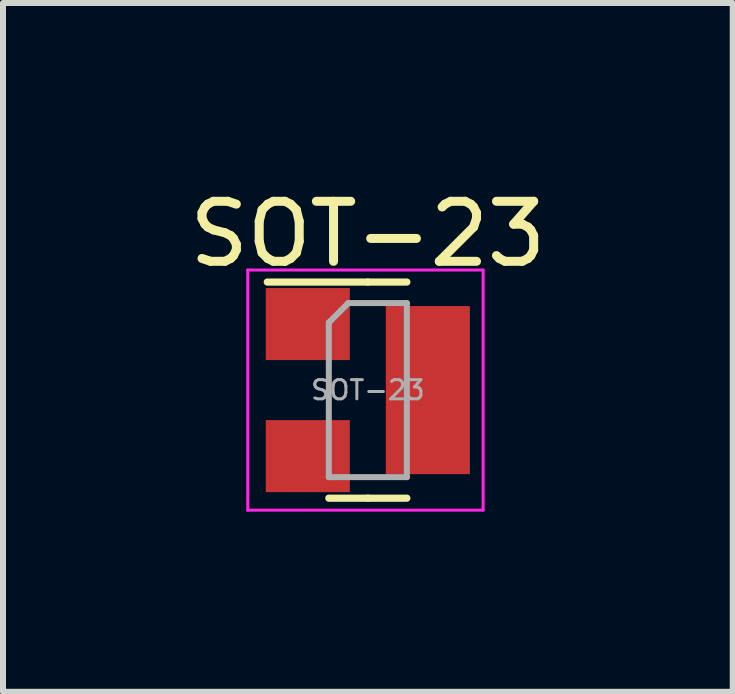
<source format=kicad_pcb>
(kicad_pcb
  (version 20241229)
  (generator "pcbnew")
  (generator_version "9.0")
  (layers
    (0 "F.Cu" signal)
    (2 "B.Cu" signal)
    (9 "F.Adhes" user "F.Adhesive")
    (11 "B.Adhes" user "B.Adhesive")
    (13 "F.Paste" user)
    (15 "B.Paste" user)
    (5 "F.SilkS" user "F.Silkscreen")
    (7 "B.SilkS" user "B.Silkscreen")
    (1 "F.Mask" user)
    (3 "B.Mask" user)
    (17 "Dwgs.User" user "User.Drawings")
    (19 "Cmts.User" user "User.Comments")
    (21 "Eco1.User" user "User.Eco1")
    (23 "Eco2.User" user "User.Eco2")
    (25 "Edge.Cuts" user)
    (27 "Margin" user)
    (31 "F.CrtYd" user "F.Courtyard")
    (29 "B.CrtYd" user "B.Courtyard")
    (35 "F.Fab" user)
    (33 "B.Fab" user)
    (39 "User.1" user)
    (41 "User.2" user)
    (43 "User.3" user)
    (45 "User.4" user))
  (footprint "SOT-23"
    (layer "F.Cu")
    (at 3.077 3.448)
    (property "Reference" "SOT-23" (at 0 -2.6 0) (layer "F.SilkS") (effects (font (size 1 1) (thickness 0.15))))
    (attr smd)
    (fp_line (start 0 -1.8) (end -1.675 -1.8) (stroke (width 0.12) (type solid)) (layer "F.SilkS"))
    (fp_line (start 0 -1.8) (end 0.65 -1.8) (stroke (width 0.12) (type solid)) (layer "F.SilkS"))
    (fp_line (start 0 1.8) (end -0.65 1.8) (stroke (width 0.12) (type solid)) (layer "F.SilkS"))
    (fp_line (start 0 1.8) (end 0.65 1.8) (stroke (width 0.12) (type solid)) (layer "F.SilkS"))
    (fp_line (start -2 -2) (end -2 2) (stroke (width 0.05) (type solid)) (layer "F.CrtYd"))
    (fp_line (start -2 2) (end 1.92 2) (stroke (width 0.05) (type solid)) (layer "F.CrtYd"))
    (fp_line (start 1.92 -2) (end -2 -2) (stroke (width 0.05) (type solid)) (layer "F.CrtYd"))
    (fp_line (start 1.92 2) (end 1.92 -2) (stroke (width 0.05) (type solid)) (layer "F.CrtYd"))
    (fp_line (start -0.65 -1.125) (end -0.325 -1.45) (stroke (width 0.1) (type solid)) (layer "F.Fab"))
    (fp_line (start -0.65 1.45) (end -0.65 -1.125) (stroke (width 0.1) (type solid)) (layer "F.Fab"))
    (fp_line (start -0.325 -1.45) (end 0.65 -1.45) (stroke (width 0.1) (type solid)) (layer "F.Fab"))
    (fp_line (start 0.65 -1.45) (end 0.65 1.45) (stroke (width 0.1) (type solid)) (layer "F.Fab"))
    (fp_line (start 0.65 1.45) (end -0.65 1.45) (stroke (width 0.1) (type solid)) (layer "F.Fab"))
    (fp_text user "${REFERENCE}" (at 0 0 0) (layer "F.Fab") (effects (font (size 0.32 0.32) (thickness 0.05))))
    (pad "1" smd rect (at -1 -1.1) (size 1.4 1.2) (layers "F.Cu" "F.Mask" "F.Paste"))
    (pad "2" smd rect (at -1 1.1) (size 1.4 1.2) (layers "F.Cu" "F.Mask" "F.Paste"))
    (pad "3" smd rect (at 1 0) (size 1.4 2.8) (layers "F.Cu" "F.Mask" "F.Paste")))
  (gr_rect
    (start -3 -3)
    (end 9.155 8.473)
    (stroke (width 0.1) (type default))
    (fill no)
    (layer "Edge.Cuts")))
</source>
